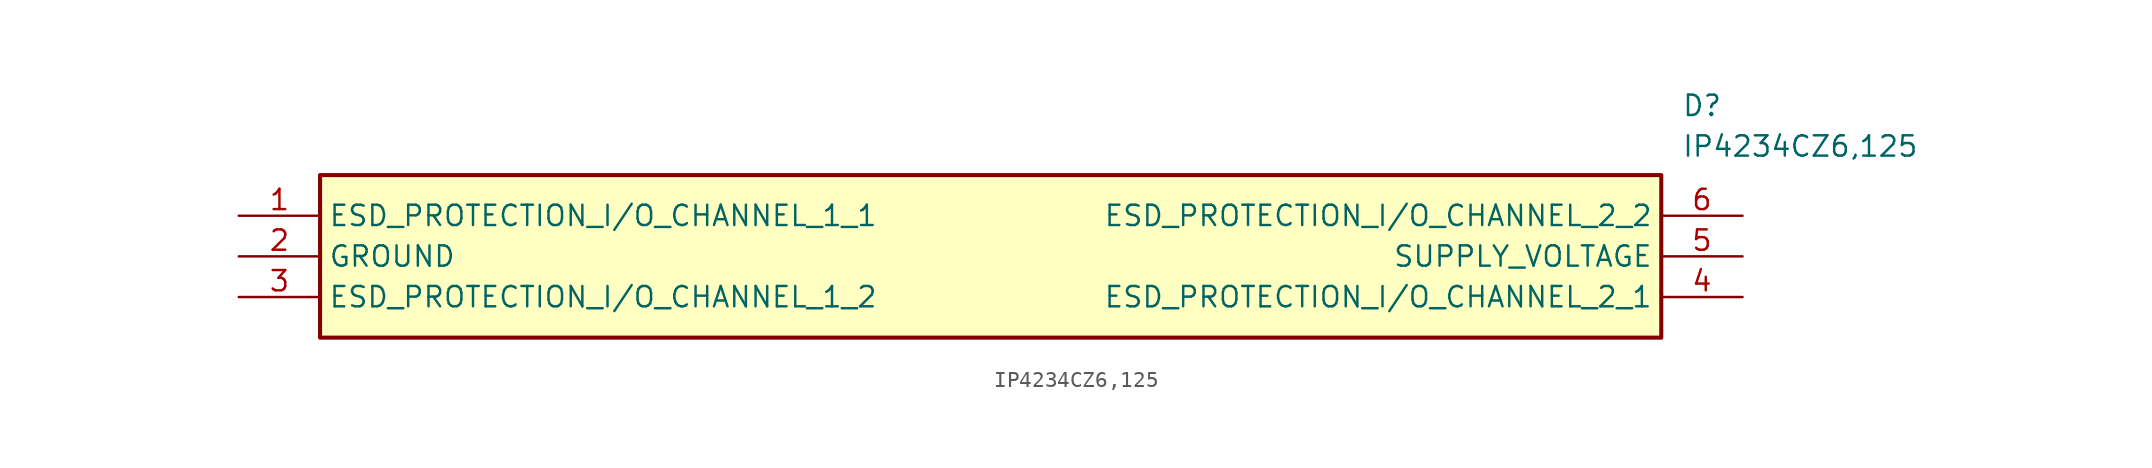
<source format=kicad_sym>
(kicad_symbol_lib
  (version 20211014)
  (generator SamacSys_ECAD_Model)
  (symbol "IP4234CZ6,125"
    (property "Reference" "D"
      (at 90.17 7.62 0)
      (effects (font (size 1.27 1.27)) (justify left top)))
    (property "Value" "IP4234CZ6,125"
      (at 90.17 5.08 0)
      (effects (font (size 1.27 1.27)) (justify left top)))
    (rectangle
      (start 5.08 2.54)
      (end 88.9 -7.62)
      (stroke (width 0.254) (type default))
      (fill (type background)))
    (pin passive line
      (at 0 0 0)
      (length 5.08)
      (name "ESD_PROTECTION_I/O_CHANNEL_1_1" (effects (font (size 1.27 1.27))))
      (number "1" (effects (font (size 1.27 1.27)))))
    (pin passive line
      (at 0 -2.54 0)
      (length 5.08)
      (name "GROUND" (effects (font (size 1.27 1.27))))
      (number "2" (effects (font (size 1.27 1.27)))))
    (pin passive line
      (at 0 -5.08 0)
      (length 5.08)
      (name "ESD_PROTECTION_I/O_CHANNEL_1_2" (effects (font (size 1.27 1.27))))
      (number "3" (effects (font (size 1.27 1.27)))))
    (pin passive line
      (at 93.98 0 180)
      (length 5.08)
      (name "ESD_PROTECTION_I/O_CHANNEL_2_2" (effects (font (size 1.27 1.27))))
      (number "6" (effects (font (size 1.27 1.27)))))
    (pin passive line
      (at 93.98 -2.54 180)
      (length 5.08)
      (name "SUPPLY_VOLTAGE" (effects (font (size 1.27 1.27))))
      (number "5" (effects (font (size 1.27 1.27)))))
    (pin passive line
      (at 93.98 -5.08 180)
      (length 5.08)
      (name "ESD_PROTECTION_I/O_CHANNEL_2_1" (effects (font (size 1.27 1.27))))
      (number "4" (effects (font (size 1.27 1.27)))))))
</source>
